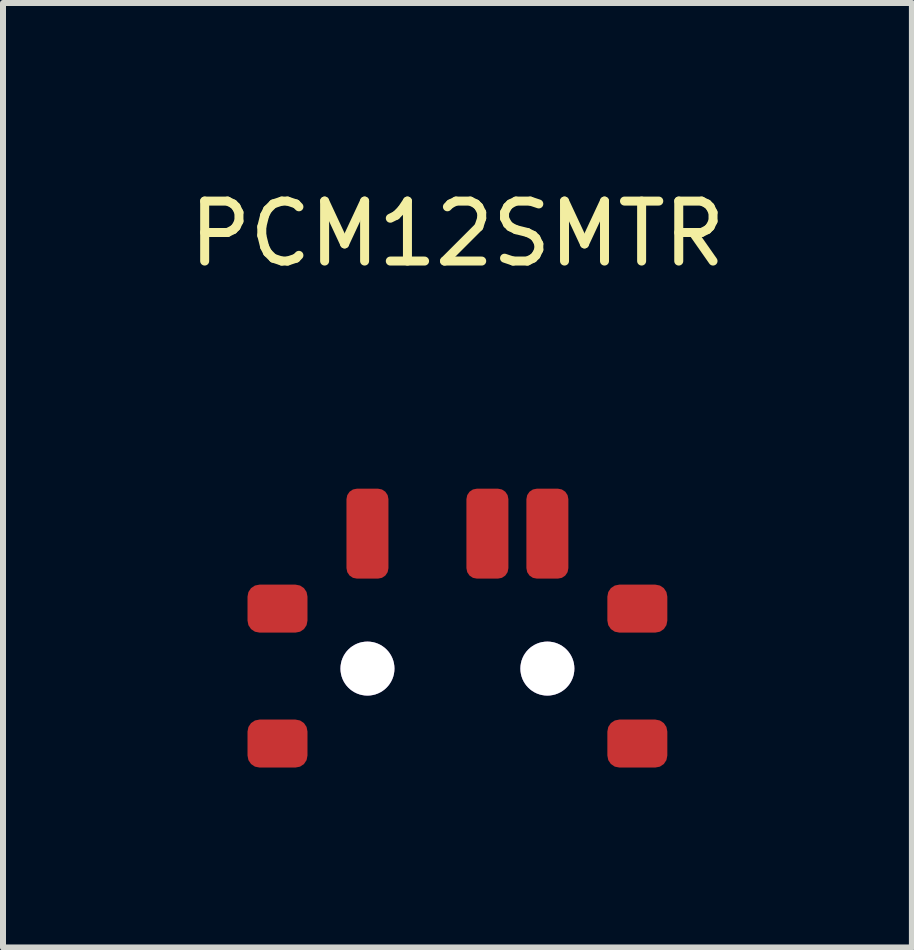
<source format=kicad_pcb>
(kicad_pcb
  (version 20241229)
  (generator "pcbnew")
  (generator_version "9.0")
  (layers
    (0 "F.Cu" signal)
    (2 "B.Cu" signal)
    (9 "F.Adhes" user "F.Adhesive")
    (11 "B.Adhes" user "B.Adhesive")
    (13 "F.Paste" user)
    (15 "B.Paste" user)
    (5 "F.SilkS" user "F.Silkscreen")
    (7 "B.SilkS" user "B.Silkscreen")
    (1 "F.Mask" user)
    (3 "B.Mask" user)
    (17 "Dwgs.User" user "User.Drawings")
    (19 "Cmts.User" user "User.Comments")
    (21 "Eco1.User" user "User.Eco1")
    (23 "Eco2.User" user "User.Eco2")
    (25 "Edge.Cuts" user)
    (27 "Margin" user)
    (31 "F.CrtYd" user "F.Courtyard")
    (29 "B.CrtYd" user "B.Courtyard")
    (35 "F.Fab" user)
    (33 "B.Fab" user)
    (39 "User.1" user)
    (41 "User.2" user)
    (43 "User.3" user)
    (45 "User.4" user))
  (footprint "PCM12SMTR"
    (layer "F.Cu")
    (at 4.577 8.098)
    (property "Reference" "PCM12SMTR" (at 0 -7.25 0) (unlocked yes) (layer "F.SilkS") (effects (font (size 1 1) (thickness 0.15))))
    (attr smd)
    (pad "" smd roundrect (at -3 -1) (size 1 0.8) (layers "F.Cu" "F.Mask" "F.Paste") (roundrect_rratio 0.25))
    (pad "" smd roundrect (at -3 1.25) (size 1 0.8) (layers "F.Cu" "F.Mask" "F.Paste") (roundrect_rratio 0.25))
    (pad "" thru_hole circle (at -1.5 0) (size 0.9 0.9) (drill 0.9) (layers "*.Cu" "*.Mask"))
    (pad "" thru_hole circle (at 1.5 0) (size 0.9 0.9) (drill 0.9) (layers "*.Cu" "*.Mask"))
    (pad "" smd roundrect (at 3 -1) (size 1 0.8) (layers "F.Cu" "F.Mask" "F.Paste") (roundrect_rratio 0.25))
    (pad "" smd roundrect (at 3 1.25) (size 1 0.8) (layers "F.Cu" "F.Mask" "F.Paste") (roundrect_rratio 0.25))
    (pad "1" smd roundrect (at -1.5 -2.25) (size 0.7 1.5) (layers "F.Cu" "F.Mask" "F.Paste") (roundrect_rratio 0.25))
    (pad "2" smd roundrect (at 0.5 -2.25) (size 0.7 1.5) (layers "F.Cu" "F.Mask" "F.Paste") (roundrect_rratio 0.25))
    (pad "3" smd roundrect (at 1.5 -2.25) (size 0.7 1.5) (layers "F.Cu" "F.Mask" "F.Paste") (roundrect_rratio 0.25)))
  (gr_rect
    (start -3 -3)
    (end 12.155 12.748)
    (stroke (width 0.1) (type default))
    (fill no)
    (layer "Edge.Cuts")))
</source>
